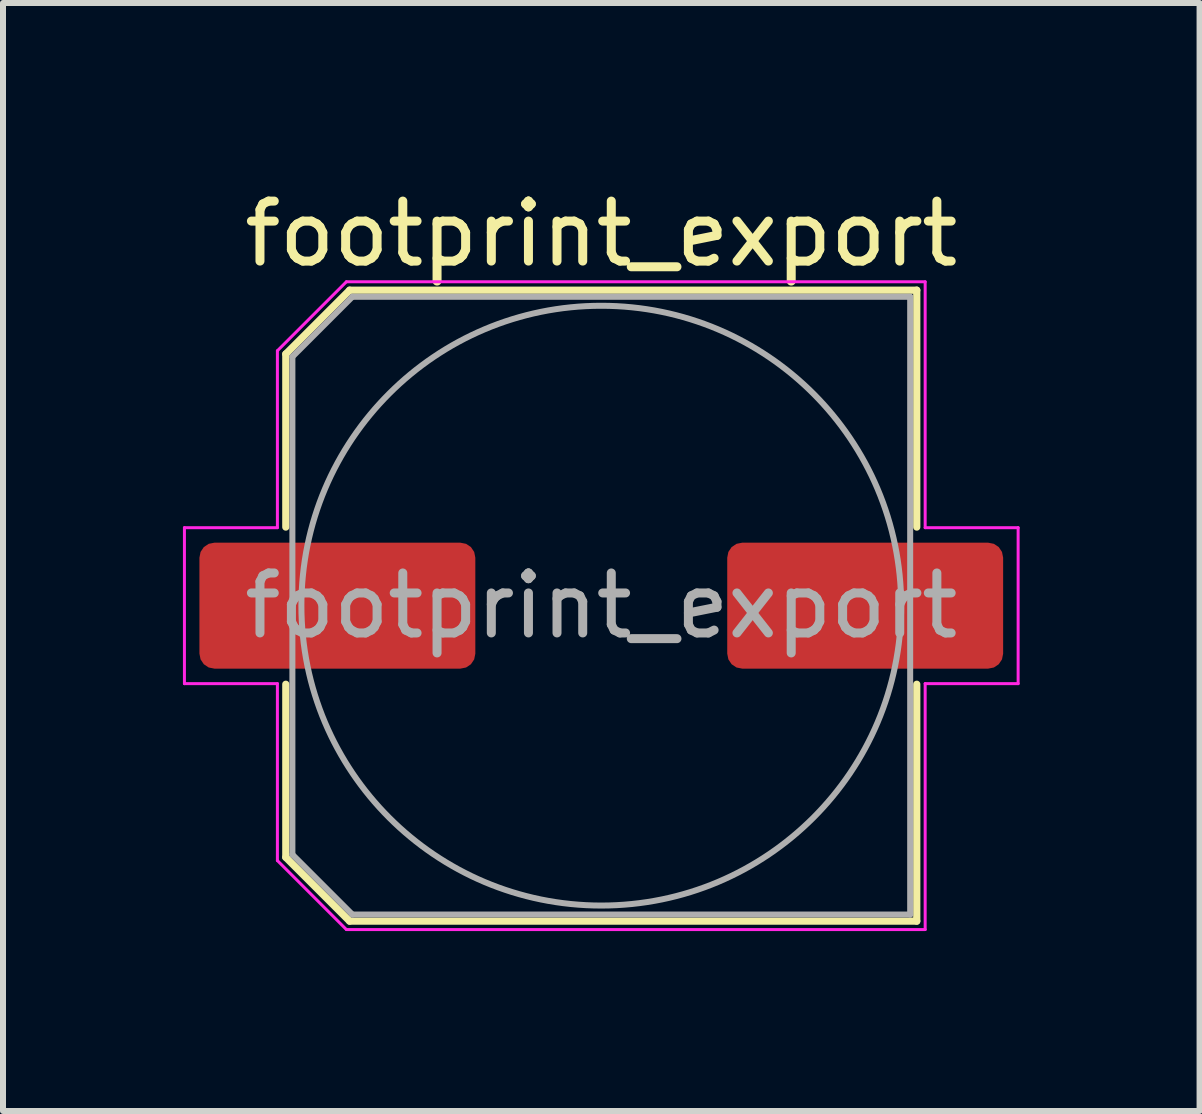
<source format=kicad_pcb>
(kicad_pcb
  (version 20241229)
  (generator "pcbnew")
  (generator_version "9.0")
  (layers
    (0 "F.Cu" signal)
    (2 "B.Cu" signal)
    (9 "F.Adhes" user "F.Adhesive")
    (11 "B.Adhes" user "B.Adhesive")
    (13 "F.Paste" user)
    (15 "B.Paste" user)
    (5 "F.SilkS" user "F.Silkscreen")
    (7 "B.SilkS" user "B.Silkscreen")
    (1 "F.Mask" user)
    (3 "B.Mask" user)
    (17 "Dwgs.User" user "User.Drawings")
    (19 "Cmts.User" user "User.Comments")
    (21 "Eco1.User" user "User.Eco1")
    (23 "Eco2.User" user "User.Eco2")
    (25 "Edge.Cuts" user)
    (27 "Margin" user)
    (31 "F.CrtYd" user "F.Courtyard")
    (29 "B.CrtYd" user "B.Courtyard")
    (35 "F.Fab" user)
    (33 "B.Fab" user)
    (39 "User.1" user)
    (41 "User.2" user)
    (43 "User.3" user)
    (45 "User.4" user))
  (footprint "footprint_export"
    (layer "F.Cu")
    (at 6.975 7.048)
    (property "Reference" "footprint_export" (at 0 -6.2 0) (layer "F.SilkS") (effects (font (size 1 1) (thickness 0.15))))
    (attr smd)
    (fp_line (start -5.26 -4.196) (end -5.26 -1.31) (stroke (width 0.12) (type solid)) (layer "F.SilkS"))
    (fp_line (start -5.26 -4.196) (end -4.196 -5.26) (stroke (width 0.12) (type solid)) (layer "F.SilkS"))
    (fp_line (start -5.26 4.196) (end -5.26 1.31) (stroke (width 0.12) (type solid)) (layer "F.SilkS"))
    (fp_line (start -5.26 4.196) (end -4.196 5.26) (stroke (width 0.12) (type solid)) (layer "F.SilkS"))
    (fp_line (start -4.196 -5.26) (end 5.26 -5.26) (stroke (width 0.12) (type solid)) (layer "F.SilkS"))
    (fp_line (start -4.196 5.26) (end 5.26 5.26) (stroke (width 0.12) (type solid)) (layer "F.SilkS"))
    (fp_line (start 5.26 -5.26) (end 5.26 -1.31) (stroke (width 0.12) (type solid)) (layer "F.SilkS"))
    (fp_line (start 5.26 5.26) (end 5.26 1.31) (stroke (width 0.12) (type solid)) (layer "F.SilkS"))
    (fp_line (start -6.95 -1.3) (end -6.95 1.3) (stroke (width 0.05) (type solid)) (layer "F.CrtYd"))
    (fp_line (start -6.95 1.3) (end -5.4 1.3) (stroke (width 0.05) (type solid)) (layer "F.CrtYd"))
    (fp_line (start -5.4 -4.25) (end -5.4 -1.3) (stroke (width 0.05) (type solid)) (layer "F.CrtYd"))
    (fp_line (start -5.4 -4.25) (end -4.25 -5.4) (stroke (width 0.05) (type solid)) (layer "F.CrtYd"))
    (fp_line (start -5.4 -1.3) (end -6.95 -1.3) (stroke (width 0.05) (type solid)) (layer "F.CrtYd"))
    (fp_line (start -5.4 1.3) (end -5.4 4.25) (stroke (width 0.05) (type solid)) (layer "F.CrtYd"))
    (fp_line (start -5.4 4.25) (end -4.25 5.4) (stroke (width 0.05) (type solid)) (layer "F.CrtYd"))
    (fp_line (start -4.25 -5.4) (end 5.4 -5.4) (stroke (width 0.05) (type solid)) (layer "F.CrtYd"))
    (fp_line (start -4.25 5.4) (end 5.4 5.4) (stroke (width 0.05) (type solid)) (layer "F.CrtYd"))
    (fp_line (start 5.4 -5.4) (end 5.4 -1.3) (stroke (width 0.05) (type solid)) (layer "F.CrtYd"))
    (fp_line (start 5.4 -1.3) (end 6.95 -1.3) (stroke (width 0.05) (type solid)) (layer "F.CrtYd"))
    (fp_line (start 5.4 1.3) (end 5.4 5.4) (stroke (width 0.05) (type solid)) (layer "F.CrtYd"))
    (fp_line (start 6.95 -1.3) (end 6.95 1.3) (stroke (width 0.05) (type solid)) (layer "F.CrtYd"))
    (fp_line (start 6.95 1.3) (end 5.4 1.3) (stroke (width 0.05) (type solid)) (layer "F.CrtYd"))
    (fp_line (start -5.15 -4.15) (end -5.15 4.15) (stroke (width 0.1) (type solid)) (layer "F.Fab"))
    (fp_line (start -5.15 -4.15) (end -4.15 -5.15) (stroke (width 0.1) (type solid)) (layer "F.Fab"))
    (fp_line (start -5.15 4.15) (end -4.15 5.15) (stroke (width 0.1) (type solid)) (layer "F.Fab"))
    (fp_line (start -4.15 -5.15) (end 5.15 -5.15) (stroke (width 0.1) (type solid)) (layer "F.Fab"))
    (fp_line (start -4.15 5.15) (end 5.15 5.15) (stroke (width 0.1) (type solid)) (layer "F.Fab"))
    (fp_line (start 5.15 -5.15) (end 5.15 5.15) (stroke (width 0.1) (type solid)) (layer "F.Fab"))
    (fp_circle (center 0 0) (end 5 0) (stroke (width 0.1) (type solid)) (fill no) (layer "F.Fab"))
    (fp_text user "${REFERENCE}" (at 0 0 0) (layer "F.Fab") (effects (font (size 1 1) (thickness 0.15))))
    (pad "1" smd roundrect (at -4.4 0) (size 4.6 2.1) (layers "F.Cu" "F.Mask" "F.Paste") (roundrect_rratio 0.119))
    (pad "2" smd roundrect (at 4.4 0) (size 4.6 2.1) (layers "F.Cu" "F.Mask" "F.Paste") (roundrect_rratio 0.119)))
  (gr_rect
    (start -3 -3)
    (end 16.95 15.473)
    (stroke (width 0.1) (type default))
    (fill no)
    (layer "Edge.Cuts")))
</source>
